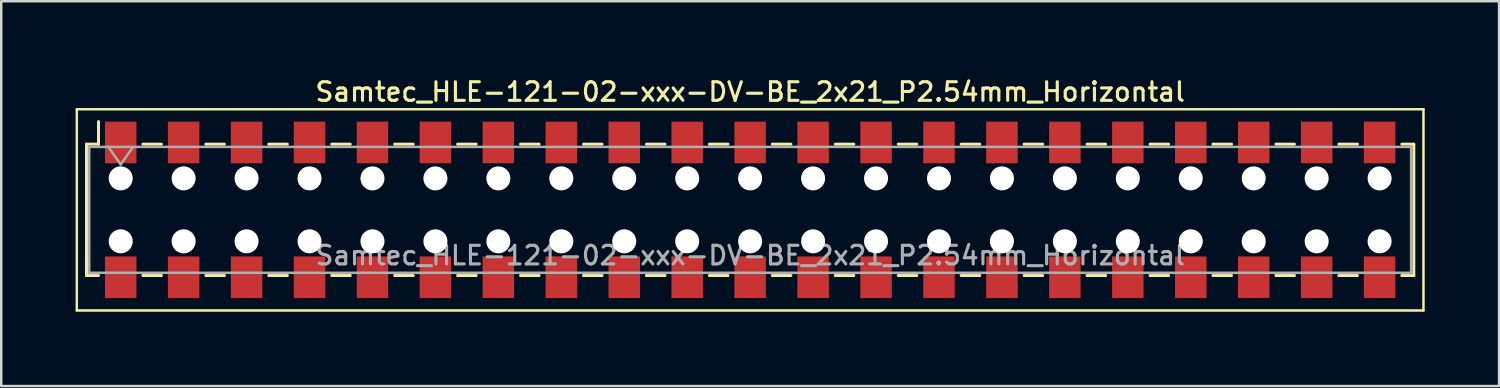
<source format=kicad_pcb>
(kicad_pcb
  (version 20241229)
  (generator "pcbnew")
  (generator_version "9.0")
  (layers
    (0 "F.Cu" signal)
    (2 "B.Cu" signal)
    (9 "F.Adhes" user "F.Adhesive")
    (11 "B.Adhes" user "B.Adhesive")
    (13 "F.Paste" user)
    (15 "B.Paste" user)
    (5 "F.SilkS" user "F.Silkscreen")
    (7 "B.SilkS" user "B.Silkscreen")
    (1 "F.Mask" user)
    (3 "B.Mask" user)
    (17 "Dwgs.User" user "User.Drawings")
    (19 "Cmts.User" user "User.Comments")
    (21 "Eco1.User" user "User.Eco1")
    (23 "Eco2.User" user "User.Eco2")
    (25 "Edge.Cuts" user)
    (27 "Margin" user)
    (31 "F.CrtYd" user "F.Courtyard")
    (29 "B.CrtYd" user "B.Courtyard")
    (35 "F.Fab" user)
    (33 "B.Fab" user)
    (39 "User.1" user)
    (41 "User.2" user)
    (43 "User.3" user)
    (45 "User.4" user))
  (footprint "Samtec_HLE-121-02-xxx-DV-BE_2x21_P2.54mm_Horizontal"
    (layer "F.Cu")
    (at 27.22 5.418)
    (property "Reference" "Samtec_HLE-121-02-xxx-DV-BE_2x21_P2.54mm_Horizontal" (at 0 -4.76 0) (layer "F.SilkS") (effects (font (size 0.75 0.75) (thickness 0.125))))
    (attr smd)
    (fp_line (start -27.17 -4.06) (end 27.17 -4.06) (stroke (width 0.1) (type solid)) (layer "F.SilkS"))
    (fp_line (start -27.17 4.06) (end -27.17 -4.06) (stroke (width 0.1) (type solid)) (layer "F.SilkS"))
    (fp_line (start -26.78 -2.65) (end -26.78 2.65) (stroke (width 0.12) (type solid)) (layer "F.SilkS"))
    (fp_line (start -26.78 2.65) (end -26.295 2.65) (stroke (width 0.12) (type solid)) (layer "F.SilkS"))
    (fp_line (start -26.295 -3.56) (end -26.295 -2.65) (stroke (width 0.12) (type solid)) (layer "F.SilkS"))
    (fp_line (start -26.295 -2.65) (end -26.78 -2.65) (stroke (width 0.12) (type solid)) (layer "F.SilkS"))
    (fp_line (start -24.505 -2.65) (end -23.755 -2.65) (stroke (width 0.12) (type solid)) (layer "F.SilkS"))
    (fp_line (start -24.505 2.65) (end -23.755 2.65) (stroke (width 0.12) (type solid)) (layer "F.SilkS"))
    (fp_line (start -21.965 -2.65) (end -21.215 -2.65) (stroke (width 0.12) (type solid)) (layer "F.SilkS"))
    (fp_line (start -21.965 2.65) (end -21.215 2.65) (stroke (width 0.12) (type solid)) (layer "F.SilkS"))
    (fp_line (start -19.425 -2.65) (end -18.675 -2.65) (stroke (width 0.12) (type solid)) (layer "F.SilkS"))
    (fp_line (start -19.425 2.65) (end -18.675 2.65) (stroke (width 0.12) (type solid)) (layer "F.SilkS"))
    (fp_line (start -16.885 -2.65) (end -16.135 -2.65) (stroke (width 0.12) (type solid)) (layer "F.SilkS"))
    (fp_line (start -16.885 2.65) (end -16.135 2.65) (stroke (width 0.12) (type solid)) (layer "F.SilkS"))
    (fp_line (start -14.345 -2.65) (end -13.595 -2.65) (stroke (width 0.12) (type solid)) (layer "F.SilkS"))
    (fp_line (start -14.345 2.65) (end -13.595 2.65) (stroke (width 0.12) (type solid)) (layer "F.SilkS"))
    (fp_line (start -11.805 -2.65) (end -11.055 -2.65) (stroke (width 0.12) (type solid)) (layer "F.SilkS"))
    (fp_line (start -11.805 2.65) (end -11.055 2.65) (stroke (width 0.12) (type solid)) (layer "F.SilkS"))
    (fp_line (start -9.265 -2.65) (end -8.515 -2.65) (stroke (width 0.12) (type solid)) (layer "F.SilkS"))
    (fp_line (start -9.265 2.65) (end -8.515 2.65) (stroke (width 0.12) (type solid)) (layer "F.SilkS"))
    (fp_line (start -6.725 -2.65) (end -5.975 -2.65) (stroke (width 0.12) (type solid)) (layer "F.SilkS"))
    (fp_line (start -6.725 2.65) (end -5.975 2.65) (stroke (width 0.12) (type solid)) (layer "F.SilkS"))
    (fp_line (start -4.185 -2.65) (end -3.435 -2.65) (stroke (width 0.12) (type solid)) (layer "F.SilkS"))
    (fp_line (start -4.185 2.65) (end -3.435 2.65) (stroke (width 0.12) (type solid)) (layer "F.SilkS"))
    (fp_line (start -1.645 -2.65) (end -0.895 -2.65) (stroke (width 0.12) (type solid)) (layer "F.SilkS"))
    (fp_line (start -1.645 2.65) (end -0.895 2.65) (stroke (width 0.12) (type solid)) (layer "F.SilkS"))
    (fp_line (start 0.895 -2.65) (end 1.645 -2.65) (stroke (width 0.12) (type solid)) (layer "F.SilkS"))
    (fp_line (start 0.895 2.65) (end 1.645 2.65) (stroke (width 0.12) (type solid)) (layer "F.SilkS"))
    (fp_line (start 3.435 -2.65) (end 4.185 -2.65) (stroke (width 0.12) (type solid)) (layer "F.SilkS"))
    (fp_line (start 3.435 2.65) (end 4.185 2.65) (stroke (width 0.12) (type solid)) (layer "F.SilkS"))
    (fp_line (start 5.975 -2.65) (end 6.725 -2.65) (stroke (width 0.12) (type solid)) (layer "F.SilkS"))
    (fp_line (start 5.975 2.65) (end 6.725 2.65) (stroke (width 0.12) (type solid)) (layer "F.SilkS"))
    (fp_line (start 8.515 -2.65) (end 9.265 -2.65) (stroke (width 0.12) (type solid)) (layer "F.SilkS"))
    (fp_line (start 8.515 2.65) (end 9.265 2.65) (stroke (width 0.12) (type solid)) (layer "F.SilkS"))
    (fp_line (start 11.055 -2.65) (end 11.805 -2.65) (stroke (width 0.12) (type solid)) (layer "F.SilkS"))
    (fp_line (start 11.055 2.65) (end 11.805 2.65) (stroke (width 0.12) (type solid)) (layer "F.SilkS"))
    (fp_line (start 13.595 -2.65) (end 14.345 -2.65) (stroke (width 0.12) (type solid)) (layer "F.SilkS"))
    (fp_line (start 13.595 2.65) (end 14.345 2.65) (stroke (width 0.12) (type solid)) (layer "F.SilkS"))
    (fp_line (start 16.135 -2.65) (end 16.885 -2.65) (stroke (width 0.12) (type solid)) (layer "F.SilkS"))
    (fp_line (start 16.135 2.65) (end 16.885 2.65) (stroke (width 0.12) (type solid)) (layer "F.SilkS"))
    (fp_line (start 18.675 -2.65) (end 19.425 -2.65) (stroke (width 0.12) (type solid)) (layer "F.SilkS"))
    (fp_line (start 18.675 2.65) (end 19.425 2.65) (stroke (width 0.12) (type solid)) (layer "F.SilkS"))
    (fp_line (start 21.215 -2.65) (end 21.965 -2.65) (stroke (width 0.12) (type solid)) (layer "F.SilkS"))
    (fp_line (start 21.215 2.65) (end 21.965 2.65) (stroke (width 0.12) (type solid)) (layer "F.SilkS"))
    (fp_line (start 23.755 -2.65) (end 24.505 -2.65) (stroke (width 0.12) (type solid)) (layer "F.SilkS"))
    (fp_line (start 23.755 2.65) (end 24.505 2.65) (stroke (width 0.12) (type solid)) (layer "F.SilkS"))
    (fp_line (start 26.295 -2.65) (end 26.78 -2.65) (stroke (width 0.12) (type solid)) (layer "F.SilkS"))
    (fp_line (start 26.78 -2.65) (end 26.78 2.65) (stroke (width 0.12) (type solid)) (layer "F.SilkS"))
    (fp_line (start 26.78 2.65) (end 26.295 2.65) (stroke (width 0.12) (type solid)) (layer "F.SilkS"))
    (fp_line (start 27.17 -4.06) (end 27.17 4.06) (stroke (width 0.1) (type solid)) (layer "F.SilkS"))
    (fp_line (start 27.17 4.06) (end -27.17 4.06) (stroke (width 0.1) (type solid)) (layer "F.SilkS"))
    (fp_line (start -26.67 -2.54) (end 26.67 -2.54) (stroke (width 0.1) (type solid)) (layer "F.Fab"))
    (fp_line (start -26.67 2.54) (end -26.67 -2.54) (stroke (width 0.1) (type solid)) (layer "F.Fab"))
    (fp_line (start -25.9 -2.54) (end -25.4 -1.833) (stroke (width 0.1) (type solid)) (layer "F.Fab"))
    (fp_line (start -25.4 -1.833) (end -24.9 -2.54) (stroke (width 0.1) (type solid)) (layer "F.Fab"))
    (fp_line (start 26.67 -2.54) (end 26.67 2.54) (stroke (width 0.1) (type solid)) (layer "F.Fab"))
    (fp_line (start 26.67 2.54) (end -26.67 2.54) (stroke (width 0.1) (type solid)) (layer "F.Fab"))
    (fp_text user "${REFERENCE}" (at 0 1.84 0) (layer "F.Fab") (effects (font (size 0.75 0.75) (thickness 0.125))))
    (pad "" np_thru_hole circle (at -25.4 -1.27) (size 0.97 0.97) (drill 0.97) (layers "*.Cu" "*.Mask"))
    (pad "" np_thru_hole circle (at -25.4 1.27) (size 0.97 0.97) (drill 0.97) (layers "*.Cu" "*.Mask"))
    (pad "" np_thru_hole circle (at -22.86 -1.27) (size 0.97 0.97) (drill 0.97) (layers "*.Cu" "*.Mask"))
    (pad "" np_thru_hole circle (at -22.86 1.27) (size 0.97 0.97) (drill 0.97) (layers "*.Cu" "*.Mask"))
    (pad "" np_thru_hole circle (at -20.32 -1.27) (size 0.97 0.97) (drill 0.97) (layers "*.Cu" "*.Mask"))
    (pad "" np_thru_hole circle (at -20.32 1.27) (size 0.97 0.97) (drill 0.97) (layers "*.Cu" "*.Mask"))
    (pad "" np_thru_hole circle (at -17.78 -1.27) (size 0.97 0.97) (drill 0.97) (layers "*.Cu" "*.Mask"))
    (pad "" np_thru_hole circle (at -17.78 1.27) (size 0.97 0.97) (drill 0.97) (layers "*.Cu" "*.Mask"))
    (pad "" np_thru_hole circle (at -15.24 -1.27) (size 0.97 0.97) (drill 0.97) (layers "*.Cu" "*.Mask"))
    (pad "" np_thru_hole circle (at -15.24 1.27) (size 0.97 0.97) (drill 0.97) (layers "*.Cu" "*.Mask"))
    (pad "" np_thru_hole circle (at -12.7 -1.27) (size 0.97 0.97) (drill 0.97) (layers "*.Cu" "*.Mask"))
    (pad "" np_thru_hole circle (at -12.7 1.27) (size 0.97 0.97) (drill 0.97) (layers "*.Cu" "*.Mask"))
    (pad "" np_thru_hole circle (at -10.16 -1.27) (size 0.97 0.97) (drill 0.97) (layers "*.Cu" "*.Mask"))
    (pad "" np_thru_hole circle (at -10.16 1.27) (size 0.97 0.97) (drill 0.97) (layers "*.Cu" "*.Mask"))
    (pad "" np_thru_hole circle (at -7.62 -1.27) (size 0.97 0.97) (drill 0.97) (layers "*.Cu" "*.Mask"))
    (pad "" np_thru_hole circle (at -7.62 1.27) (size 0.97 0.97) (drill 0.97) (layers "*.Cu" "*.Mask"))
    (pad "" np_thru_hole circle (at -5.08 -1.27) (size 0.97 0.97) (drill 0.97) (layers "*.Cu" "*.Mask"))
    (pad "" np_thru_hole circle (at -5.08 1.27) (size 0.97 0.97) (drill 0.97) (layers "*.Cu" "*.Mask"))
    (pad "" np_thru_hole circle (at -2.54 -1.27) (size 0.97 0.97) (drill 0.97) (layers "*.Cu" "*.Mask"))
    (pad "" np_thru_hole circle (at -2.54 1.27) (size 0.97 0.97) (drill 0.97) (layers "*.Cu" "*.Mask"))
    (pad "" np_thru_hole circle (at 0 -1.27) (size 0.97 0.97) (drill 0.97) (layers "*.Cu" "*.Mask"))
    (pad "" np_thru_hole circle (at 0 1.27) (size 0.97 0.97) (drill 0.97) (layers "*.Cu" "*.Mask"))
    (pad "" np_thru_hole circle (at 2.54 -1.27) (size 0.97 0.97) (drill 0.97) (layers "*.Cu" "*.Mask"))
    (pad "" np_thru_hole circle (at 2.54 1.27) (size 0.97 0.97) (drill 0.97) (layers "*.Cu" "*.Mask"))
    (pad "" np_thru_hole circle (at 5.08 -1.27) (size 0.97 0.97) (drill 0.97) (layers "*.Cu" "*.Mask"))
    (pad "" np_thru_hole circle (at 5.08 1.27) (size 0.97 0.97) (drill 0.97) (layers "*.Cu" "*.Mask"))
    (pad "" np_thru_hole circle (at 7.62 -1.27) (size 0.97 0.97) (drill 0.97) (layers "*.Cu" "*.Mask"))
    (pad "" np_thru_hole circle (at 7.62 1.27) (size 0.97 0.97) (drill 0.97) (layers "*.Cu" "*.Mask"))
    (pad "" np_thru_hole circle (at 10.16 -1.27) (size 0.97 0.97) (drill 0.97) (layers "*.Cu" "*.Mask"))
    (pad "" np_thru_hole circle (at 10.16 1.27) (size 0.97 0.97) (drill 0.97) (layers "*.Cu" "*.Mask"))
    (pad "" np_thru_hole circle (at 12.7 -1.27) (size 0.97 0.97) (drill 0.97) (layers "*.Cu" "*.Mask"))
    (pad "" np_thru_hole circle (at 12.7 1.27) (size 0.97 0.97) (drill 0.97) (layers "*.Cu" "*.Mask"))
    (pad "" np_thru_hole circle (at 15.24 -1.27) (size 0.97 0.97) (drill 0.97) (layers "*.Cu" "*.Mask"))
    (pad "" np_thru_hole circle (at 15.24 1.27) (size 0.97 0.97) (drill 0.97) (layers "*.Cu" "*.Mask"))
    (pad "" np_thru_hole circle (at 17.78 -1.27) (size 0.97 0.97) (drill 0.97) (layers "*.Cu" "*.Mask"))
    (pad "" np_thru_hole circle (at 17.78 1.27) (size 0.97 0.97) (drill 0.97) (layers "*.Cu" "*.Mask"))
    (pad "" np_thru_hole circle (at 20.32 -1.27) (size 0.97 0.97) (drill 0.97) (layers "*.Cu" "*.Mask"))
    (pad "" np_thru_hole circle (at 20.32 1.27) (size 0.97 0.97) (drill 0.97) (layers "*.Cu" "*.Mask"))
    (pad "" np_thru_hole circle (at 22.86 -1.27) (size 0.97 0.97) (drill 0.97) (layers "*.Cu" "*.Mask"))
    (pad "" np_thru_hole circle (at 22.86 1.27) (size 0.97 0.97) (drill 0.97) (layers "*.Cu" "*.Mask"))
    (pad "" np_thru_hole circle (at 25.4 -1.27) (size 0.97 0.97) (drill 0.97) (layers "*.Cu" "*.Mask"))
    (pad "" np_thru_hole circle (at 25.4 1.27) (size 0.97 0.97) (drill 0.97) (layers "*.Cu" "*.Mask"))
    (pad "1" smd rect (at -25.4 -2.72) (size 1.27 1.68) (layers "F.Cu" "F.Mask" "F.Paste"))
    (pad "2" smd rect (at -25.4 2.72) (size 1.27 1.68) (layers "F.Cu" "F.Mask" "F.Paste"))
    (pad "3" smd rect (at -22.86 -2.72) (size 1.27 1.68) (layers "F.Cu" "F.Mask" "F.Paste"))
    (pad "4" smd rect (at -22.86 2.72) (size 1.27 1.68) (layers "F.Cu" "F.Mask" "F.Paste"))
    (pad "5" smd rect (at -20.32 -2.72) (size 1.27 1.68) (layers "F.Cu" "F.Mask" "F.Paste"))
    (pad "6" smd rect (at -20.32 2.72) (size 1.27 1.68) (layers "F.Cu" "F.Mask" "F.Paste"))
    (pad "7" smd rect (at -17.78 -2.72) (size 1.27 1.68) (layers "F.Cu" "F.Mask" "F.Paste"))
    (pad "8" smd rect (at -17.78 2.72) (size 1.27 1.68) (layers "F.Cu" "F.Mask" "F.Paste"))
    (pad "9" smd rect (at -15.24 -2.72) (size 1.27 1.68) (layers "F.Cu" "F.Mask" "F.Paste"))
    (pad "10" smd rect (at -15.24 2.72) (size 1.27 1.68) (layers "F.Cu" "F.Mask" "F.Paste"))
    (pad "11" smd rect (at -12.7 -2.72) (size 1.27 1.68) (layers "F.Cu" "F.Mask" "F.Paste"))
    (pad "12" smd rect (at -12.7 2.72) (size 1.27 1.68) (layers "F.Cu" "F.Mask" "F.Paste"))
    (pad "13" smd rect (at -10.16 -2.72) (size 1.27 1.68) (layers "F.Cu" "F.Mask" "F.Paste"))
    (pad "14" smd rect (at -10.16 2.72) (size 1.27 1.68) (layers "F.Cu" "F.Mask" "F.Paste"))
    (pad "15" smd rect (at -7.62 -2.72) (size 1.27 1.68) (layers "F.Cu" "F.Mask" "F.Paste"))
    (pad "16" smd rect (at -7.62 2.72) (size 1.27 1.68) (layers "F.Cu" "F.Mask" "F.Paste"))
    (pad "17" smd rect (at -5.08 -2.72) (size 1.27 1.68) (layers "F.Cu" "F.Mask" "F.Paste"))
    (pad "18" smd rect (at -5.08 2.72) (size 1.27 1.68) (layers "F.Cu" "F.Mask" "F.Paste"))
    (pad "19" smd rect (at -2.54 -2.72) (size 1.27 1.68) (layers "F.Cu" "F.Mask" "F.Paste"))
    (pad "20" smd rect (at -2.54 2.72) (size 1.27 1.68) (layers "F.Cu" "F.Mask" "F.Paste"))
    (pad "21" smd rect (at 0 -2.72) (size 1.27 1.68) (layers "F.Cu" "F.Mask" "F.Paste"))
    (pad "22" smd rect (at 0 2.72) (size 1.27 1.68) (layers "F.Cu" "F.Mask" "F.Paste"))
    (pad "23" smd rect (at 2.54 -2.72) (size 1.27 1.68) (layers "F.Cu" "F.Mask" "F.Paste"))
    (pad "24" smd rect (at 2.54 2.72) (size 1.27 1.68) (layers "F.Cu" "F.Mask" "F.Paste"))
    (pad "25" smd rect (at 5.08 -2.72) (size 1.27 1.68) (layers "F.Cu" "F.Mask" "F.Paste"))
    (pad "26" smd rect (at 5.08 2.72) (size 1.27 1.68) (layers "F.Cu" "F.Mask" "F.Paste"))
    (pad "27" smd rect (at 7.62 -2.72) (size 1.27 1.68) (layers "F.Cu" "F.Mask" "F.Paste"))
    (pad "28" smd rect (at 7.62 2.72) (size 1.27 1.68) (layers "F.Cu" "F.Mask" "F.Paste"))
    (pad "29" smd rect (at 10.16 -2.72) (size 1.27 1.68) (layers "F.Cu" "F.Mask" "F.Paste"))
    (pad "30" smd rect (at 10.16 2.72) (size 1.27 1.68) (layers "F.Cu" "F.Mask" "F.Paste"))
    (pad "31" smd rect (at 12.7 -2.72) (size 1.27 1.68) (layers "F.Cu" "F.Mask" "F.Paste"))
    (pad "32" smd rect (at 12.7 2.72) (size 1.27 1.68) (layers "F.Cu" "F.Mask" "F.Paste"))
    (pad "33" smd rect (at 15.24 -2.72) (size 1.27 1.68) (layers "F.Cu" "F.Mask" "F.Paste"))
    (pad "34" smd rect (at 15.24 2.72) (size 1.27 1.68) (layers "F.Cu" "F.Mask" "F.Paste"))
    (pad "35" smd rect (at 17.78 -2.72) (size 1.27 1.68) (layers "F.Cu" "F.Mask" "F.Paste"))
    (pad "36" smd rect (at 17.78 2.72) (size 1.27 1.68) (layers "F.Cu" "F.Mask" "F.Paste"))
    (pad "37" smd rect (at 20.32 -2.72) (size 1.27 1.68) (layers "F.Cu" "F.Mask" "F.Paste"))
    (pad "38" smd rect (at 20.32 2.72) (size 1.27 1.68) (layers "F.Cu" "F.Mask" "F.Paste"))
    (pad "39" smd rect (at 22.86 -2.72) (size 1.27 1.68) (layers "F.Cu" "F.Mask" "F.Paste"))
    (pad "40" smd rect (at 22.86 2.72) (size 1.27 1.68) (layers "F.Cu" "F.Mask" "F.Paste"))
    (pad "41" smd rect (at 25.4 -2.72) (size 1.27 1.68) (layers "F.Cu" "F.Mask" "F.Paste"))
    (pad "42" smd rect (at 25.4 2.72) (size 1.27 1.68) (layers "F.Cu" "F.Mask" "F.Paste")))
  (gr_rect
    (start -3 -3)
    (end 57.44 12.528)
    (stroke (width 0.1) (type default))
    (fill no)
    (layer "Edge.Cuts")))
</source>
